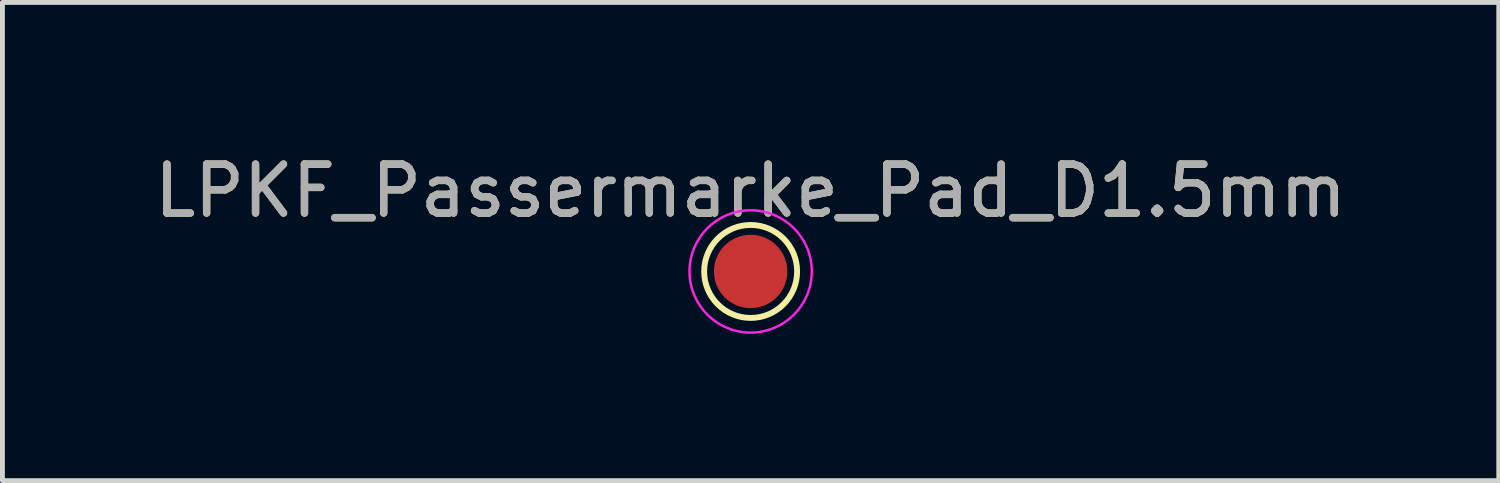
<source format=kicad_pcb>
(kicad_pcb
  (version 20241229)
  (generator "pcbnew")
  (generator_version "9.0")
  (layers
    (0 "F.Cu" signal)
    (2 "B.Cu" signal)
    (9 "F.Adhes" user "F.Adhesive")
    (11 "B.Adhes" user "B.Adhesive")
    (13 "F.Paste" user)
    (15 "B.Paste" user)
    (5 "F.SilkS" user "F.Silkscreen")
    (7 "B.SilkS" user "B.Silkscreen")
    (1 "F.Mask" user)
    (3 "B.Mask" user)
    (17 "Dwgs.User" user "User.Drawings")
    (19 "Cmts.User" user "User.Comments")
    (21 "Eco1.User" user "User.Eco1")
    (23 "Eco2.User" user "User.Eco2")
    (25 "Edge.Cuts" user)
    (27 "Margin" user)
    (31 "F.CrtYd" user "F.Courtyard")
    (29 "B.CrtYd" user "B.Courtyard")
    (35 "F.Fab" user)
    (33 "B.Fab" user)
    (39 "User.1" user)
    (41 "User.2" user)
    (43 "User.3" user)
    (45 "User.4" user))
  (footprint "LPKF_Passermarke_Pad_D1.5mm"
    (layer "F.Cu")
    (at 12.292 2.498)
    (property "Reference" "LPKF_Passermarke_Pad_D1.5mm" (at 0 -1.648 0) (layer "F.SilkS") (effects (font (size 1 1) (thickness 0.15))))
    (attr exclude_from_pos_files exclude_from_bom)
    (fp_circle (center 0 0) (end 0 0.95) (stroke (width 0.12) (type solid)) (fill no) (layer "F.SilkS"))
    (fp_circle (center 0 0) (end 1.25 0) (stroke (width 0.05) (type solid)) (fill no) (layer "F.CrtYd"))
    (fp_text user "${REFERENCE}" (at 0 -1.65 0) (layer "F.Fab") (effects (font (size 1 1) (thickness 0.15))))
    (pad "1" smd circle (at 0 0) (size 1.5 1.5) (layers "F.Cu" "F.Mask" "Eco1.User")))
  (gr_rect
    (start -3 -3)
    (end 27.583 6.773)
    (stroke (width 0.1) (type default))
    (fill no)
    (layer "Edge.Cuts")))
</source>
